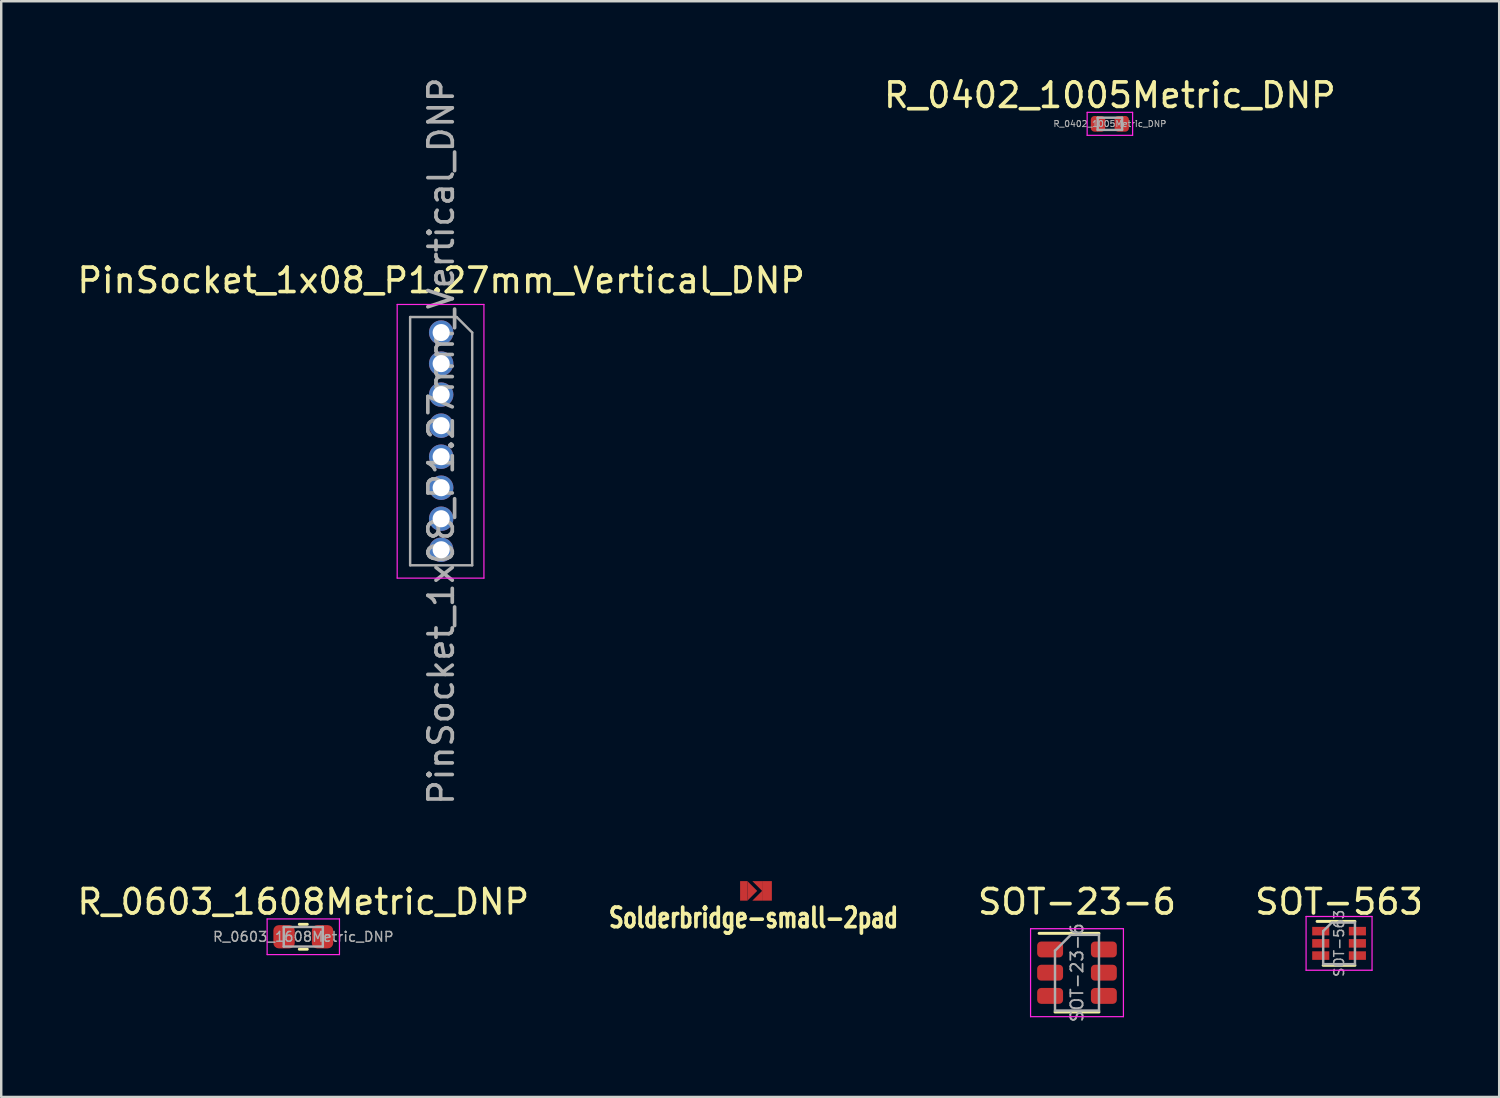
<source format=kicad_pcb>
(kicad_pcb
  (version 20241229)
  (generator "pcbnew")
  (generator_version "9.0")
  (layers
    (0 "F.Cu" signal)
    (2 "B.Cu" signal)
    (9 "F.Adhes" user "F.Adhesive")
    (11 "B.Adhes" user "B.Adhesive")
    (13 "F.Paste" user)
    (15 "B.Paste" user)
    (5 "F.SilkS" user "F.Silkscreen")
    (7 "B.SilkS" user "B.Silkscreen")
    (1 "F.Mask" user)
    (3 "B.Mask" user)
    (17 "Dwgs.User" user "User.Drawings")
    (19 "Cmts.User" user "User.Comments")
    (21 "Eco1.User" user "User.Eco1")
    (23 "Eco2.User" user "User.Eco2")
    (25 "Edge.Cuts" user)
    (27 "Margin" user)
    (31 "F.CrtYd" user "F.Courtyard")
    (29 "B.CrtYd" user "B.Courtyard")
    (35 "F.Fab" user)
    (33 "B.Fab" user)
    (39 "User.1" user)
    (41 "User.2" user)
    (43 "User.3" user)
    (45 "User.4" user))
  (footprint "R_0402_1005Metric_DNP"
    (layer "F.Cu")
    (at 42.375 2.018)
    (property "Reference" "R_0402_1005Metric_DNP" (at 0 -1.17 0) (layer "F.SilkS") (effects (font (size 1 1) (thickness 0.15))))
    (attr exclude_from_pos_files exclude_from_bom)
    (fp_line (start -0.93 -0.47) (end 0.93 -0.47) (stroke (width 0.05) (type solid)) (layer "F.CrtYd"))
    (fp_line (start -0.93 0.47) (end -0.93 -0.47) (stroke (width 0.05) (type solid)) (layer "F.CrtYd"))
    (fp_line (start 0.93 -0.47) (end 0.93 0.47) (stroke (width 0.05) (type solid)) (layer "F.CrtYd"))
    (fp_line (start 0.93 0.47) (end -0.93 0.47) (stroke (width 0.05) (type solid)) (layer "F.CrtYd"))
    (fp_line (start -0.5 -0.25) (end 0.5 -0.25) (stroke (width 0.1) (type solid)) (layer "F.Fab"))
    (fp_line (start -0.5 0.25) (end -0.5 -0.25) (stroke (width 0.1) (type solid)) (layer "F.Fab"))
    (fp_line (start 0.5 -0.25) (end 0.5 0.25) (stroke (width 0.1) (type solid)) (layer "F.Fab"))
    (fp_line (start 0.5 0.25) (end -0.5 0.25) (stroke (width 0.1) (type solid)) (layer "F.Fab"))
    (fp_text user "${REFERENCE}" (at 0 0 0) (layer "F.Fab") (effects (font (size 0.25 0.25) (thickness 0.04))))
    (pad "1" smd roundrect (at -0.485 0) (size 0.59 0.64) (layers "F.Cu" "F.Mask") (roundrect_rratio 0.25))
    (pad "2" smd roundrect (at 0.485 0) (size 0.59 0.64) (layers "F.Cu" "F.Mask") (roundrect_rratio 0.25)))
  (footprint "R_0603_1608Metric_DNP"
    (layer "F.Cu")
    (at 9.363 35.29)
    (property "Reference" "R_0603_1608Metric_DNP" (at 0 -1.43 0) (layer "F.SilkS") (effects (font (size 1 1) (thickness 0.15))))
    (attr exclude_from_pos_files exclude_from_bom)
    (fp_line (start -0.163 -0.51) (end 0.163 -0.51) (stroke (width 0.12) (type solid)) (layer "F.SilkS"))
    (fp_line (start -0.163 0.51) (end 0.163 0.51) (stroke (width 0.12) (type solid)) (layer "F.SilkS"))
    (fp_line (start -1.48 -0.73) (end 1.48 -0.73) (stroke (width 0.05) (type solid)) (layer "F.CrtYd"))
    (fp_line (start -1.48 0.73) (end -1.48 -0.73) (stroke (width 0.05) (type solid)) (layer "F.CrtYd"))
    (fp_line (start 1.48 -0.73) (end 1.48 0.73) (stroke (width 0.05) (type solid)) (layer "F.CrtYd"))
    (fp_line (start 1.48 0.73) (end -1.48 0.73) (stroke (width 0.05) (type solid)) (layer "F.CrtYd"))
    (fp_line (start -0.8 -0.4) (end 0.8 -0.4) (stroke (width 0.1) (type solid)) (layer "F.Fab"))
    (fp_line (start -0.8 0.4) (end -0.8 -0.4) (stroke (width 0.1) (type solid)) (layer "F.Fab"))
    (fp_line (start 0.8 -0.4) (end 0.8 0.4) (stroke (width 0.1) (type solid)) (layer "F.Fab"))
    (fp_line (start 0.8 0.4) (end -0.8 0.4) (stroke (width 0.1) (type solid)) (layer "F.Fab"))
    (fp_text user "${REFERENCE}" (at 0 0 0) (layer "F.Fab") (effects (font (size 0.4 0.4) (thickness 0.06))))
    (pad "1" smd roundrect (at -0.787 0) (size 0.875 0.95) (layers "F.Cu" "F.Mask") (roundrect_rratio 0.25))
    (pad "2" smd roundrect (at 0.787 0) (size 0.875 0.95) (layers "F.Cu" "F.Mask") (roundrect_rratio 0.25)))
  (footprint "SOT-23-6"
    (layer "F.Cu")
    (at 41.029 36.76)
    (property "Reference" "SOT-23-6" (at 0 -2.9 0) (layer "F.SilkS") (effects (font (size 1 1) (thickness 0.15))))
    (attr smd)
    (fp_line (start -0.9 1.61) (end 0.9 1.61) (stroke (width 0.12) (type solid)) (layer "F.SilkS"))
    (fp_line (start 0.9 -1.61) (end -1.55 -1.61) (stroke (width 0.12) (type solid)) (layer "F.SilkS"))
    (fp_line (start -1.9 -1.8) (end -1.9 1.8) (stroke (width 0.05) (type solid)) (layer "F.CrtYd"))
    (fp_line (start -1.9 1.8) (end 1.9 1.8) (stroke (width 0.05) (type solid)) (layer "F.CrtYd"))
    (fp_line (start 1.9 -1.8) (end -1.9 -1.8) (stroke (width 0.05) (type solid)) (layer "F.CrtYd"))
    (fp_line (start 1.9 1.8) (end 1.9 -1.8) (stroke (width 0.05) (type solid)) (layer "F.CrtYd"))
    (fp_line (start -0.9 -0.9) (end -0.9 1.55) (stroke (width 0.1) (type solid)) (layer "F.Fab"))
    (fp_line (start -0.9 -0.9) (end -0.25 -1.55) (stroke (width 0.1) (type solid)) (layer "F.Fab"))
    (fp_line (start 0.9 -1.55) (end -0.25 -1.55) (stroke (width 0.1) (type solid)) (layer "F.Fab"))
    (fp_line (start 0.9 -1.55) (end 0.9 1.55) (stroke (width 0.1) (type solid)) (layer "F.Fab"))
    (fp_line (start 0.9 1.55) (end -0.9 1.55) (stroke (width 0.1) (type solid)) (layer "F.Fab"))
    (fp_text user "${REFERENCE}" (at 0 0 90) (layer "F.Fab") (effects (font (size 0.5 0.5) (thickness 0.075))))
    (pad "1" smd roundrect (at -1.1 -0.95) (size 1.06 0.65) (layers "F.Cu" "F.Mask" "F.Paste") (roundrect_rratio 0.25))
    (pad "2" smd roundrect (at -1.1 0) (size 1.06 0.65) (layers "F.Cu" "F.Mask" "F.Paste") (roundrect_rratio 0.25))
    (pad "3" smd roundrect (at -1.1 0.95) (size 1.06 0.65) (layers "F.Cu" "F.Mask" "F.Paste") (roundrect_rratio 0.25))
    (pad "4" smd roundrect (at 1.1 0.95) (size 1.06 0.65) (layers "F.Cu" "F.Mask" "F.Paste") (roundrect_rratio 0.25))
    (pad "5" smd roundrect (at 1.1 0) (size 1.06 0.65) (layers "F.Cu" "F.Mask" "F.Paste") (roundrect_rratio 0.25))
    (pad "6" smd roundrect (at 1.1 -0.95) (size 1.06 0.65) (layers "F.Cu" "F.Mask" "F.Paste") (roundrect_rratio 0.25)))
  (footprint "SOT-563"
    (layer "F.Cu")
    (at 51.755 35.56)
    (property "Reference" "SOT-563" (at 0 -1.7 0) (layer "F.SilkS") (effects (font (size 1 1) (thickness 0.15))))
    (attr smd)
    (fp_line (start -0.9 -0.9) (end 0.65 -0.9) (stroke (width 0.12) (type solid)) (layer "F.SilkS"))
    (fp_line (start 0.65 0.9) (end -0.65 0.9) (stroke (width 0.12) (type solid)) (layer "F.SilkS"))
    (fp_line (start -1.35 -1.1) (end -1.35 1.1) (stroke (width 0.05) (type solid)) (layer "F.CrtYd"))
    (fp_line (start -1.35 -1.1) (end 1.35 -1.1) (stroke (width 0.05) (type solid)) (layer "F.CrtYd"))
    (fp_line (start 1.35 1.1) (end -1.35 1.1) (stroke (width 0.05) (type solid)) (layer "F.CrtYd"))
    (fp_line (start 1.35 1.1) (end 1.35 -1.1) (stroke (width 0.05) (type solid)) (layer "F.CrtYd"))
    (fp_line (start -0.65 -0.5) (end -0.65 0.85) (stroke (width 0.1) (type solid)) (layer "F.Fab"))
    (fp_line (start -0.65 -0.5) (end -0.3 -0.85) (stroke (width 0.1) (type solid)) (layer "F.Fab"))
    (fp_line (start -0.65 0.85) (end 0.65 0.85) (stroke (width 0.1) (type solid)) (layer "F.Fab"))
    (fp_line (start 0.65 -0.85) (end -0.3 -0.85) (stroke (width 0.1) (type solid)) (layer "F.Fab"))
    (fp_line (start 0.65 0.85) (end 0.65 -0.85) (stroke (width 0.1) (type solid)) (layer "F.Fab"))
    (fp_text user "${REFERENCE}" (at 0 0 90) (layer "F.Fab") (effects (font (size 0.4 0.4) (thickness 0.062))))
    (pad "1" smd rect (at -0.75 -0.5) (size 0.7 0.35) (layers "F.Cu" "F.Mask" "F.Paste"))
    (pad "2" smd rect (at -0.75 0) (size 0.7 0.35) (layers "F.Cu" "F.Mask" "F.Paste"))
    (pad "3" smd rect (at -0.75 0.5) (size 0.7 0.35) (layers "F.Cu" "F.Mask" "F.Paste"))
    (pad "4" smd rect (at 0.75 0.5) (size 0.7 0.35) (layers "F.Cu" "F.Mask" "F.Paste"))
    (pad "5" smd rect (at 0.75 0) (size 0.7 0.35) (layers "F.Cu" "F.Mask" "F.Paste"))
    (pad "6" smd rect (at 0.75 -0.5) (size 0.7 0.35) (layers "F.Cu" "F.Mask" "F.Paste")))
  (footprint "PinSocket_1x08_P1.27mm_Vertical_DNP"
    (layer "F.Cu")
    (at 15.006 10.561)
    (property "Reference" "PinSocket_1x08_P1.27mm_Vertical_DNP" (at 0 -2.135 0) (layer "F.SilkS") (effects (font (size 1 1) (thickness 0.15))))
    (attr exclude_from_pos_files exclude_from_bom)
    (fp_line (start -1.8 -1.15) (end 1.75 -1.15) (stroke (width 0.05) (type solid)) (layer "F.CrtYd"))
    (fp_line (start -1.8 10.05) (end -1.8 -1.15) (stroke (width 0.05) (type solid)) (layer "F.CrtYd"))
    (fp_line (start 1.75 -1.15) (end 1.75 10.05) (stroke (width 0.05) (type solid)) (layer "F.CrtYd"))
    (fp_line (start 1.75 10.05) (end -1.8 10.05) (stroke (width 0.05) (type solid)) (layer "F.CrtYd"))
    (fp_line (start -1.27 -0.635) (end 0.635 -0.635) (stroke (width 0.1) (type solid)) (layer "F.Fab"))
    (fp_line (start -1.27 9.525) (end -1.27 -0.635) (stroke (width 0.1) (type solid)) (layer "F.Fab"))
    (fp_line (start 0.635 -0.635) (end 1.27 0) (stroke (width 0.1) (type solid)) (layer "F.Fab"))
    (fp_line (start 1.27 0) (end 1.27 9.525) (stroke (width 0.1) (type solid)) (layer "F.Fab"))
    (fp_line (start 1.27 9.525) (end -1.27 9.525) (stroke (width 0.1) (type solid)) (layer "F.Fab"))
    (fp_text user "${REFERENCE}" (at 0 4.445 90) (layer "F.Fab") (effects (font (size 1 1) (thickness 0.15))))
    (pad "1" thru_hole circle (at 0 0) (size 1 1) (drill 0.7) (layers "*.Cu" "*.Mask"))
    (pad "2" thru_hole oval (at 0 1.27) (size 1 1) (drill 0.7) (layers "*.Cu" "*.Mask"))
    (pad "3" thru_hole oval (at 0 2.54) (size 1 1) (drill 0.7) (layers "*.Cu" "*.Mask"))
    (pad "4" thru_hole oval (at 0 3.81) (size 1 1) (drill 0.7) (layers "*.Cu" "*.Mask"))
    (pad "5" thru_hole oval (at 0 5.08) (size 1 1) (drill 0.7) (layers "*.Cu" "*.Mask"))
    (pad "6" thru_hole oval (at 0 6.35) (size 1 1) (drill 0.7) (layers "*.Cu" "*.Mask"))
    (pad "7" thru_hole oval (at 0 7.62) (size 1 1) (drill 0.7) (layers "*.Cu" "*.Mask"))
    (pad "8" thru_hole oval (at 0 8.89) (size 1 1) (drill 0.7) (layers "*.Cu" "*.Mask")))
  (footprint "Solderbridge-small-2pad"
    (layer "F.Cu")
    (at 27.941 33.412)
    (property "Reference" "Solderbridge-small-2pad" (at -0.15 1.1 180) (layer "F.SilkS") (effects (font (size 0.8 0.6) (thickness 0.15))))
    (attr through_hole)
    (fp_line (start -0.6 -0.3) (end 0.5 -0.3) (stroke (width 0.2) (type solid)) (layer "F.Mask"))
    (fp_line (start -0.6 -0.1) (end 0.4 -0.1) (stroke (width 0.3) (type solid)) (layer "F.Mask"))
    (fp_line (start -0.6 0.1) (end 0.4 0.1) (stroke (width 0.3) (type solid)) (layer "F.Mask"))
    (fp_line (start -0.6 0.3) (end -0.6 -0.3) (stroke (width 0.2) (type solid)) (layer "F.Mask"))
    (fp_line (start 0.5 -0.3) (end 0.5 0.3) (stroke (width 0.2) (type solid)) (layer "F.Mask"))
    (fp_line (start 0.5 0.3) (end -0.6 0.3) (stroke (width 0.2) (type solid)) (layer "F.Mask"))
    (pad "1" smd rect (at -0.55 0) (size 0.3 0.8) (layers "F.Cu" "F.Mask" "F.Paste"))
    (pad "1" smd trapezoid (at -0.2 0) (size 0.4 0.4) (rect_delta 0.4 0) (layers "F.Cu" "F.Mask" "F.Paste"))
    (pad "2" smd trapezoid (at 0.1 -0.3 45) (size 0.283 0.283) (rect_delta 0.283 0) (layers "F.Cu" "F.Mask" "F.Paste"))
    (pad "2" smd trapezoid (at 0.1 0.3 315) (size 0.283 0.283) (rect_delta 0.283 0) (layers "F.Cu" "F.Mask" "F.Paste"))
    (pad "2" smd rect (at 0.4 0) (size 0.4 0.8) (layers "F.Cu" "F.Mask" "F.Paste")))
  (gr_rect
    (start -3 -3)
    (end 58.309 41.846)
    (stroke (width 0.1) (type default))
    (fill no)
    (layer "Edge.Cuts")))
</source>
